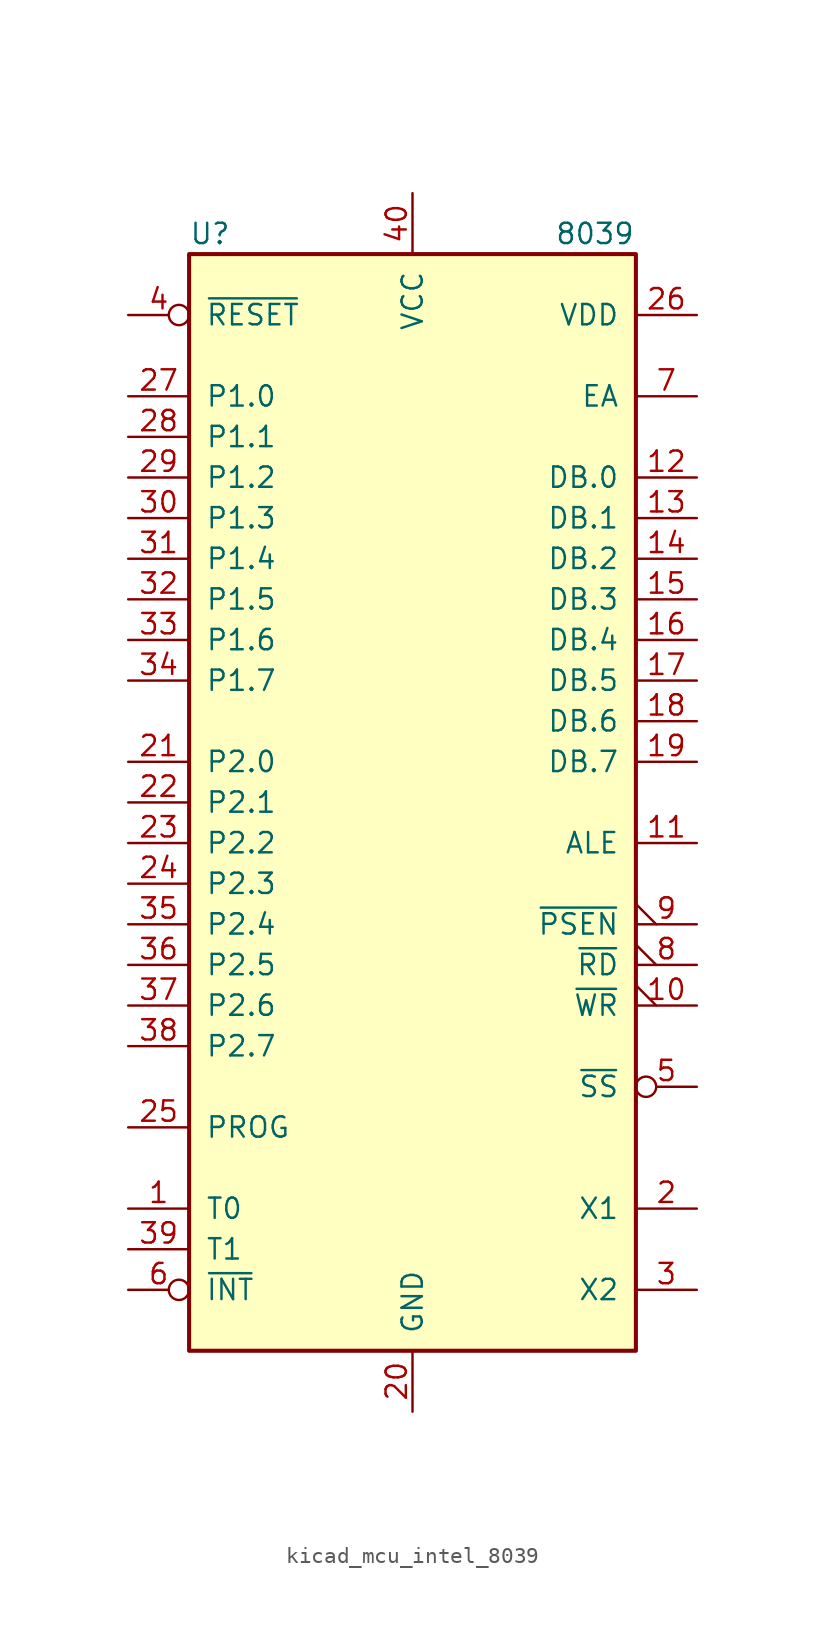
<source format=kicad_sym>
(kicad_symbol_lib
  (version 20220914)
  (generator kicad_symbol_editor)
  (symbol "kicad_mcu_intel_8039"
    (pin_names
      (offset 1.016))
    (property "Reference" "U"
      (at -13.97 35.56 0)
      (effects (font (size 1.27 1.27)) (justify left)))
    (property "Value" "8039"
      (at 8.89 35.56 0)
      (effects (font (size 1.27 1.27)) (justify left)))
    (symbol "kicad_mcu_intel_8039_1_1"
      (rectangle (start -13.97 -34.29) (end 13.97 34.29) (stroke (width 0.254) (type default)) (fill (type background)))
      (pin input line (at -17.78 -25.4 0) (length 3.81) (name "T0" (effects (font (size 1.27 1.27)))) (number "1" (effects (font (size 1.27 1.27)))))
      (pin output output_low (at 17.78 -12.7 180) (length 3.81) (name "~{WR}" (effects (font (size 1.27 1.27)))) (number "10" (effects (font (size 1.27 1.27)))))
      (pin output line (at 17.78 -2.54 180) (length 3.81) (name "ALE" (effects (font (size 1.27 1.27)))) (number "11" (effects (font (size 1.27 1.27)))))
      (pin bidirectional line (at 17.78 20.32 180) (length 3.81) (name "DB.0" (effects (font (size 1.27 1.27)))) (number "12" (effects (font (size 1.27 1.27)))))
      (pin bidirectional line (at 17.78 17.78 180) (length 3.81) (name "DB.1" (effects (font (size 1.27 1.27)))) (number "13" (effects (font (size 1.27 1.27)))))
      (pin bidirectional line (at 17.78 15.24 180) (length 3.81) (name "DB.2" (effects (font (size 1.27 1.27)))) (number "14" (effects (font (size 1.27 1.27)))))
      (pin bidirectional line (at 17.78 12.7 180) (length 3.81) (name "DB.3" (effects (font (size 1.27 1.27)))) (number "15" (effects (font (size 1.27 1.27)))))
      (pin bidirectional line (at 17.78 10.16 180) (length 3.81) (name "DB.4" (effects (font (size 1.27 1.27)))) (number "16" (effects (font (size 1.27 1.27)))))
      (pin bidirectional line (at 17.78 7.62 180) (length 3.81) (name "DB.5" (effects (font (size 1.27 1.27)))) (number "17" (effects (font (size 1.27 1.27)))))
      (pin bidirectional line (at 17.78 5.08 180) (length 3.81) (name "DB.6" (effects (font (size 1.27 1.27)))) (number "18" (effects (font (size 1.27 1.27)))))
      (pin bidirectional line (at 17.78 2.54 180) (length 3.81) (name "DB.7" (effects (font (size 1.27 1.27)))) (number "19" (effects (font (size 1.27 1.27)))))
      (pin input line (at 17.78 -25.4 180) (length 3.81) (name "X1" (effects (font (size 1.27 1.27)))) (number "2" (effects (font (size 1.27 1.27)))))
      (pin power_in line (at 0 -38.1 90) (length 3.81) (name "GND" (effects (font (size 1.27 1.27)))) (number "20" (effects (font (size 1.27 1.27)))))
      (pin bidirectional line (at -17.78 2.54 0) (length 3.81) (name "P2.0" (effects (font (size 1.27 1.27)))) (number "21" (effects (font (size 1.27 1.27)))))
      (pin bidirectional line (at -17.78 0 0) (length 3.81) (name "P2.1" (effects (font (size 1.27 1.27)))) (number "22" (effects (font (size 1.27 1.27)))))
      (pin bidirectional line (at -17.78 -2.54 0) (length 3.81) (name "P2.2" (effects (font (size 1.27 1.27)))) (number "23" (effects (font (size 1.27 1.27)))))
      (pin bidirectional line (at -17.78 -5.08 0) (length 3.81) (name "P2.3" (effects (font (size 1.27 1.27)))) (number "24" (effects (font (size 1.27 1.27)))))
      (pin output line (at -17.78 -20.32 0) (length 3.81) (name "PROG" (effects (font (size 1.27 1.27)))) (number "25" (effects (font (size 1.27 1.27)))))
      (pin power_in line (at 17.78 30.48 180) (length 3.81) (name "VDD" (effects (font (size 1.27 1.27)))) (number "26" (effects (font (size 1.27 1.27)))))
      (pin bidirectional line (at -17.78 25.4 0) (length 3.81) (name "P1.0" (effects (font (size 1.27 1.27)))) (number "27" (effects (font (size 1.27 1.27)))))
      (pin bidirectional line (at -17.78 22.86 0) (length 3.81) (name "P1.1" (effects (font (size 1.27 1.27)))) (number "28" (effects (font (size 1.27 1.27)))))
      (pin bidirectional line (at -17.78 20.32 0) (length 3.81) (name "P1.2" (effects (font (size 1.27 1.27)))) (number "29" (effects (font (size 1.27 1.27)))))
      (pin output line (at 17.78 -30.48 180) (length 3.81) (name "X2" (effects (font (size 1.27 1.27)))) (number "3" (effects (font (size 1.27 1.27)))))
      (pin bidirectional line (at -17.78 17.78 0) (length 3.81) (name "P1.3" (effects (font (size 1.27 1.27)))) (number "30" (effects (font (size 1.27 1.27)))))
      (pin bidirectional line (at -17.78 15.24 0) (length 3.81) (name "P1.4" (effects (font (size 1.27 1.27)))) (number "31" (effects (font (size 1.27 1.27)))))
      (pin bidirectional line (at -17.78 12.7 0) (length 3.81) (name "P1.5" (effects (font (size 1.27 1.27)))) (number "32" (effects (font (size 1.27 1.27)))))
      (pin bidirectional line (at -17.78 10.16 0) (length 3.81) (name "P1.6" (effects (font (size 1.27 1.27)))) (number "33" (effects (font (size 1.27 1.27)))))
      (pin bidirectional line (at -17.78 7.62 0) (length 3.81) (name "P1.7" (effects (font (size 1.27 1.27)))) (number "34" (effects (font (size 1.27 1.27)))))
      (pin bidirectional line (at -17.78 -7.62 0) (length 3.81) (name "P2.4" (effects (font (size 1.27 1.27)))) (number "35" (effects (font (size 1.27 1.27)))))
      (pin bidirectional line (at -17.78 -10.16 0) (length 3.81) (name "P2.5" (effects (font (size 1.27 1.27)))) (number "36" (effects (font (size 1.27 1.27)))))
      (pin bidirectional line (at -17.78 -12.7 0) (length 3.81) (name "P2.6" (effects (font (size 1.27 1.27)))) (number "37" (effects (font (size 1.27 1.27)))))
      (pin bidirectional line (at -17.78 -15.24 0) (length 3.81) (name "P2.7" (effects (font (size 1.27 1.27)))) (number "38" (effects (font (size 1.27 1.27)))))
      (pin input line (at -17.78 -27.94 0) (length 3.81) (name "T1" (effects (font (size 1.27 1.27)))) (number "39" (effects (font (size 1.27 1.27)))))
      (pin input inverted (at -17.78 30.48 0) (length 3.81) (name "~{RESET}" (effects (font (size 1.27 1.27)))) (number "4" (effects (font (size 1.27 1.27)))))
      (pin power_in line (at 0 38.1 270) (length 3.81) (name "VCC" (effects (font (size 1.27 1.27)))) (number "40" (effects (font (size 1.27 1.27)))))
      (pin input inverted (at 17.78 -17.78 180) (length 3.81) (name "~{SS}" (effects (font (size 1.27 1.27)))) (number "5" (effects (font (size 1.27 1.27)))))
      (pin input inverted (at -17.78 -30.48 0) (length 3.81) (name "~{INT}" (effects (font (size 1.27 1.27)))) (number "6" (effects (font (size 1.27 1.27)))))
      (pin input line (at 17.78 25.4 180) (length 3.81) (name "EA" (effects (font (size 1.27 1.27)))) (number "7" (effects (font (size 1.27 1.27)))))
      (pin output output_low (at 17.78 -10.16 180) (length 3.81) (name "~{RD}" (effects (font (size 1.27 1.27)))) (number "8" (effects (font (size 1.27 1.27)))))
      (pin output output_low (at 17.78 -7.62 180) (length 3.81) (name "~{PSEN}" (effects (font (size 1.27 1.27)))) (number "9" (effects (font (size 1.27 1.27))))))))
</source>
